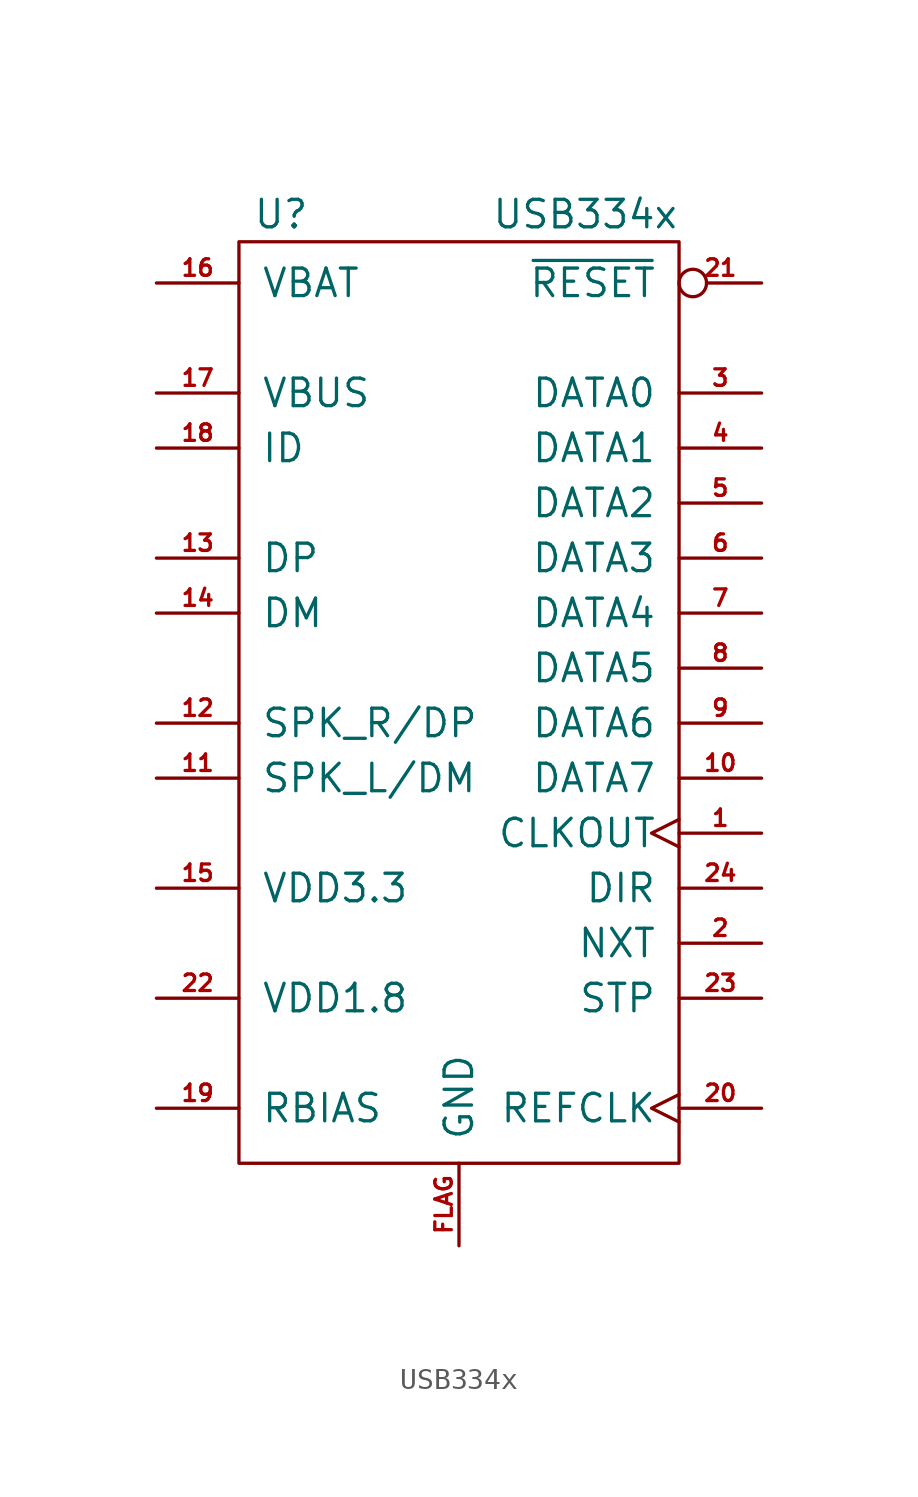
<source format=kicad_sym>
(kicad_symbol_lib
  (version 20211014)
  (generator kicad_symbol_editor)
  (symbol "USB334x"
    (pin_names
      (offset 1.016))
    (property "Reference" "U"
      (at -9.525 24.765 0)
      (effects (font (size 1.27 1.27)) (justify left)))
    (property "Value" "USB334x"
      (at 10.16 24.765 0)
      (effects (font (size 1.27 1.27)) (justify right)))
    (symbol "USB334x_0_1"
      (rectangle (start -10.16 -19.05) (end 10.16 23.495) (stroke (width 0) (type default) (color 0 0 0 0)) (fill (type none))))
    (symbol "USB334x_1_1"
      (pin output clock (at 13.97 -3.81 180) (length 3.81) (name "CLKOUT" (effects (font (size 1.27 1.27)))) (number "1" (effects (font (size 0.762 0.762)))))
      (pin bidirectional line (at 13.97 -1.27 180) (length 3.81) (name "DATA7" (effects (font (size 1.27 1.27)))) (number "10" (effects (font (size 0.762 0.762)))))
      (pin bidirectional line (at -13.97 -1.27 0) (length 3.81) (name "SPK_L/DM" (effects (font (size 1.27 1.27)))) (number "11" (effects (font (size 0.762 0.762)))))
      (pin bidirectional line (at -13.97 1.27 0) (length 3.81) (name "SPK_R/DP" (effects (font (size 1.27 1.27)))) (number "12" (effects (font (size 0.762 0.762)))))
      (pin bidirectional line (at -13.97 8.89 0) (length 3.81) (name "DP" (effects (font (size 1.27 1.27)))) (number "13" (effects (font (size 0.762 0.762)))))
      (pin bidirectional line (at -13.97 6.35 0) (length 3.81) (name "DM" (effects (font (size 1.27 1.27)))) (number "14" (effects (font (size 0.762 0.762)))))
      (pin passive line (at -13.97 -6.35 0) (length 3.81) (name "VDD3.3" (effects (font (size 1.27 1.27)))) (number "15" (effects (font (size 0.762 0.762)))))
      (pin power_in line (at -13.97 21.59 0) (length 3.81) (name "VBAT" (effects (font (size 1.27 1.27)))) (number "16" (effects (font (size 0.762 0.762)))))
      (pin passive line (at -13.97 16.51 0) (length 3.81) (name "VBUS" (effects (font (size 1.27 1.27)))) (number "17" (effects (font (size 0.762 0.762)))))
      (pin input line (at -13.97 13.97 0) (length 3.81) (name "ID" (effects (font (size 1.27 1.27)))) (number "18" (effects (font (size 0.762 0.762)))))
      (pin passive line (at -13.97 -16.51 0) (length 3.81) (name "RBIAS" (effects (font (size 1.27 1.27)))) (number "19" (effects (font (size 0.762 0.762)))))
      (pin output line (at 13.97 -8.89 180) (length 3.81) (name "NXT" (effects (font (size 1.27 1.27)))) (number "2" (effects (font (size 0.762 0.762)))))
      (pin input clock (at 13.97 -16.51 180) (length 3.81) (name "REFCLK" (effects (font (size 1.27 1.27)))) (number "20" (effects (font (size 0.762 0.762)))))
      (pin input inverted (at 13.97 21.59 180) (length 3.81) (name "~{RESET}" (effects (font (size 1.27 1.27)))) (number "21" (effects (font (size 0.762 0.762)))))
      (pin passive line (at -13.97 -11.43 0) (length 3.81) (name "VDD1.8" (effects (font (size 1.27 1.27)))) (number "22" (effects (font (size 0.762 0.762)))))
      (pin input line (at 13.97 -11.43 180) (length 3.81) (name "STP" (effects (font (size 1.27 1.27)))) (number "23" (effects (font (size 0.762 0.762)))))
      (pin output line (at 13.97 -6.35 180) (length 3.81) (name "DIR" (effects (font (size 1.27 1.27)))) (number "24" (effects (font (size 0.762 0.762)))))
      (pin bidirectional line (at 13.97 16.51 180) (length 3.81) (name "DATA0" (effects (font (size 1.27 1.27)))) (number "3" (effects (font (size 0.762 0.762)))))
      (pin bidirectional line (at 13.97 13.97 180) (length 3.81) (name "DATA1" (effects (font (size 1.27 1.27)))) (number "4" (effects (font (size 0.762 0.762)))))
      (pin bidirectional line (at 13.97 11.43 180) (length 3.81) (name "DATA2" (effects (font (size 1.27 1.27)))) (number "5" (effects (font (size 0.762 0.762)))))
      (pin bidirectional line (at 13.97 8.89 180) (length 3.81) (name "DATA3" (effects (font (size 1.27 1.27)))) (number "6" (effects (font (size 0.762 0.762)))))
      (pin bidirectional line (at 13.97 6.35 180) (length 3.81) (name "DATA4" (effects (font (size 1.27 1.27)))) (number "7" (effects (font (size 0.762 0.762)))))
      (pin bidirectional line (at 13.97 3.81 180) (length 3.81) (name "DATA5" (effects (font (size 1.27 1.27)))) (number "8" (effects (font (size 0.762 0.762)))))
      (pin bidirectional line (at 13.97 1.27 180) (length 3.81) (name "DATA6" (effects (font (size 1.27 1.27)))) (number "9" (effects (font (size 0.762 0.762)))))
      (pin power_in line (at 0 -22.86 90) (length 3.81) (name "GND" (effects (font (size 1.27 1.27)))) (number "FLAG" (effects (font (size 0.762 0.762))))))))
</source>
